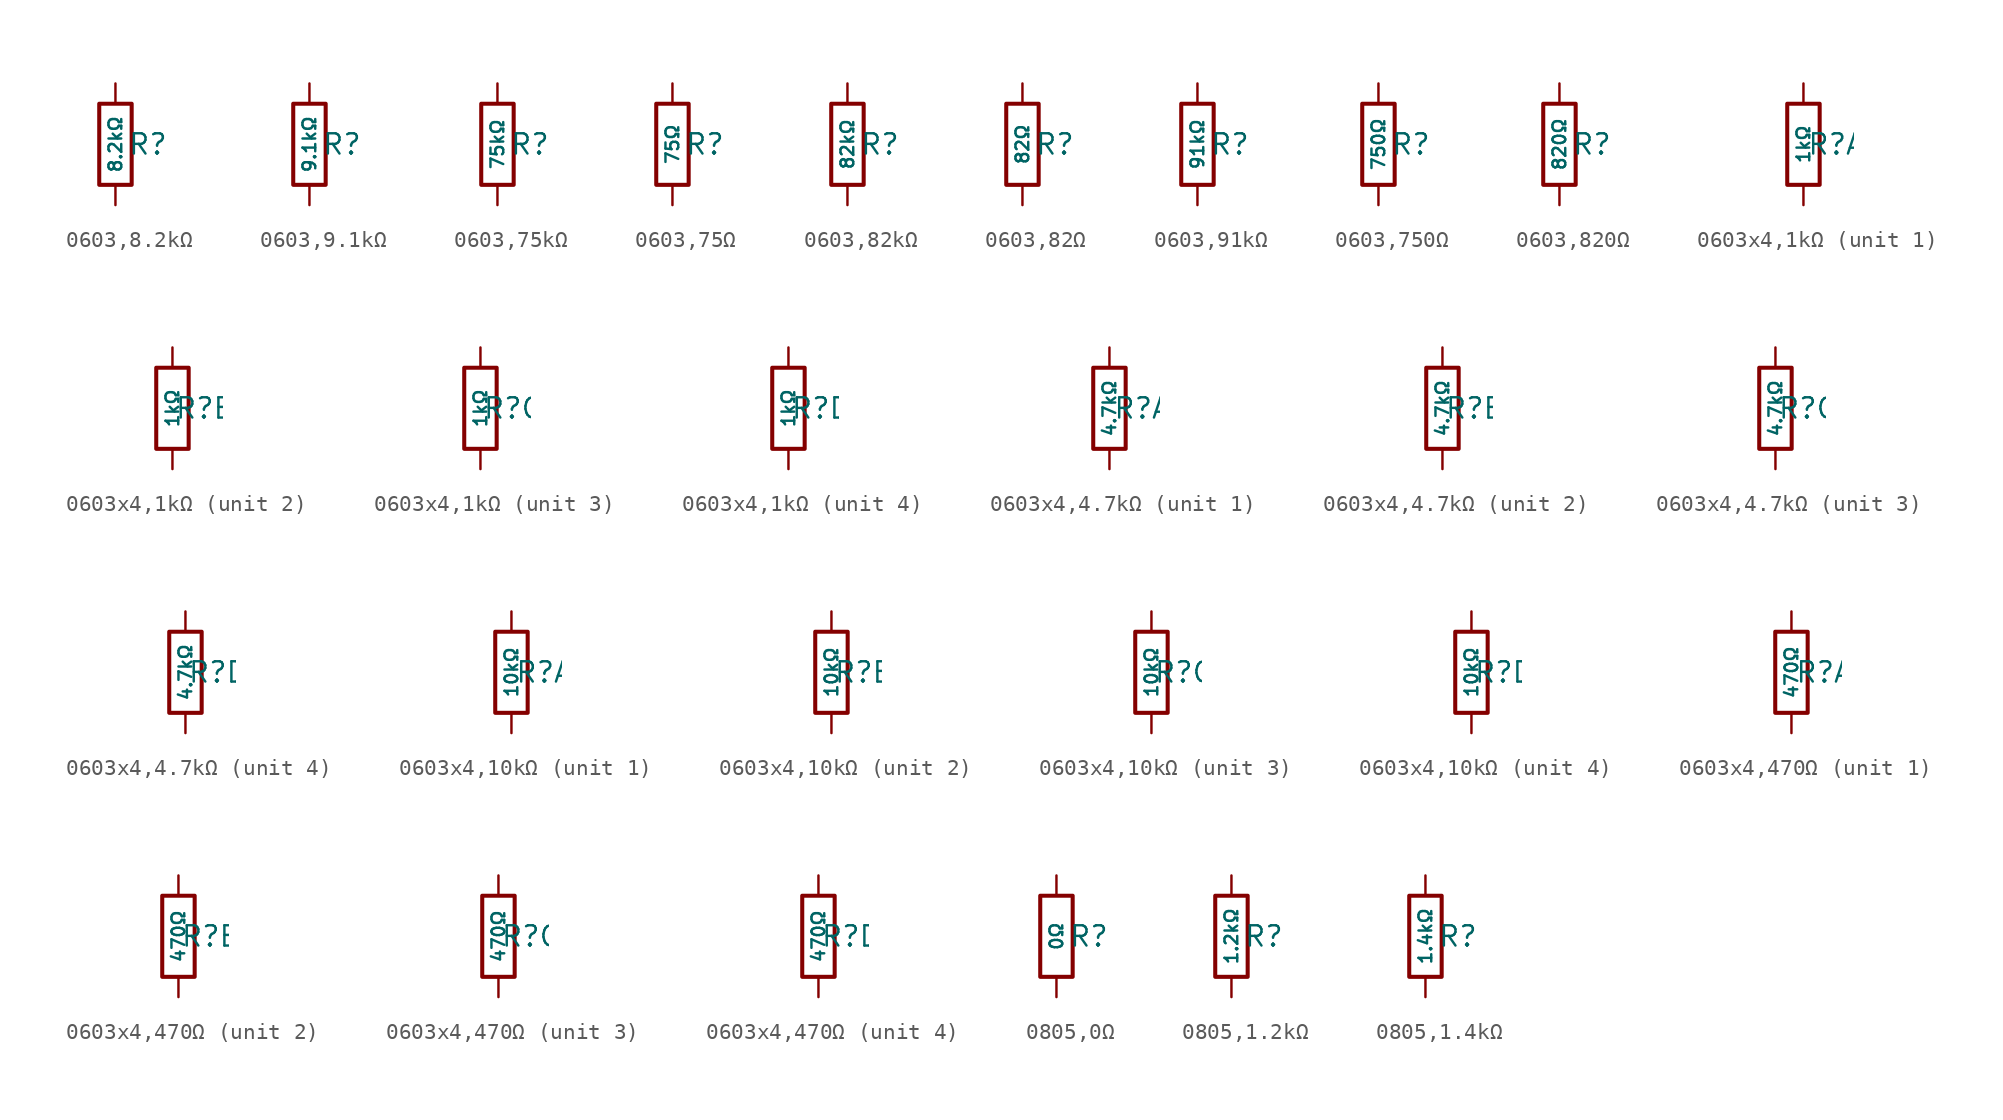
<source format=kicad_sym>
(kicad_symbol_lib
  (version 20231120)
  (generator "CDFER")
  (generator_version "8.0")
  (symbol "0603,8.2kΩ"
    (pin_numbers hide)
    (pin_names
      (offset 0))
    (property "Reference" "R"
      (at 2.032 0 0)
      (effects (font (size 1.27 1.27)) (hide no)))
    (property "Value" "8.2kΩ"
      (at 0 0 90)
      (do_not_autoplace)
      (effects (font (size 0.8 0.8)) (hide no)))
    (symbol "0603,8.2kΩ_0_1"
      (rectangle (start -1.016 2.54) (end 1.016 -2.54) (stroke (width 0.254) (type default)) (fill (type none))))
    (symbol "0603,8.2kΩ_1_1"
      (pin passive line (at 0 3.81 270) (length 1.27) (name "~" (effects (font (size 1.27 1.27)))) (number "1" (effects (font (size 1.27 1.27)))))
      (pin passive line (at 0 -3.81 90) (length 1.27) (name "~" (effects (font (size 1.27 1.27)))) (number "2" (effects (font (size 1.27 1.27)))))))
  (symbol "0603,9.1kΩ"
    (pin_numbers hide)
    (pin_names
      (offset 0))
    (property "Reference" "R"
      (at 2.032 0 0)
      (effects (font (size 1.27 1.27)) (hide no)))
    (property "Value" "9.1kΩ"
      (at 0 0 90)
      (do_not_autoplace)
      (effects (font (size 0.8 0.8)) (hide no)))
    (symbol "0603,9.1kΩ_0_1"
      (rectangle (start -1.016 2.54) (end 1.016 -2.54) (stroke (width 0.254) (type default)) (fill (type none))))
    (symbol "0603,9.1kΩ_1_1"
      (pin passive line (at 0 3.81 270) (length 1.27) (name "~" (effects (font (size 1.27 1.27)))) (number "1" (effects (font (size 1.27 1.27)))))
      (pin passive line (at 0 -3.81 90) (length 1.27) (name "~" (effects (font (size 1.27 1.27)))) (number "2" (effects (font (size 1.27 1.27)))))))
  (symbol "0603,75kΩ"
    (pin_numbers hide)
    (pin_names
      (offset 0))
    (property "Reference" "R"
      (at 2.032 0 0)
      (effects (font (size 1.27 1.27)) (hide no)))
    (property "Value" "75kΩ"
      (at 0 0 90)
      (do_not_autoplace)
      (effects (font (size 0.8 0.8)) (hide no)))
    (symbol "0603,75kΩ_0_1"
      (rectangle (start -1.016 2.54) (end 1.016 -2.54) (stroke (width 0.254) (type default)) (fill (type none))))
    (symbol "0603,75kΩ_1_1"
      (pin passive line (at 0 3.81 270) (length 1.27) (name "~" (effects (font (size 1.27 1.27)))) (number "1" (effects (font (size 1.27 1.27)))))
      (pin passive line (at 0 -3.81 90) (length 1.27) (name "~" (effects (font (size 1.27 1.27)))) (number "2" (effects (font (size 1.27 1.27)))))))
  (symbol "0603,75Ω"
    (pin_numbers hide)
    (pin_names
      (offset 0))
    (property "Reference" "R"
      (at 2.032 0 0)
      (effects (font (size 1.27 1.27)) (hide no)))
    (property "Value" "75Ω"
      (at 0 0 90)
      (do_not_autoplace)
      (effects (font (size 0.8 0.8)) (hide no)))
    (symbol "0603,75Ω_0_1"
      (rectangle (start -1.016 2.54) (end 1.016 -2.54) (stroke (width 0.254) (type default)) (fill (type none))))
    (symbol "0603,75Ω_1_1"
      (pin passive line (at 0 3.81 270) (length 1.27) (name "~" (effects (font (size 1.27 1.27)))) (number "1" (effects (font (size 1.27 1.27)))))
      (pin passive line (at 0 -3.81 90) (length 1.27) (name "~" (effects (font (size 1.27 1.27)))) (number "2" (effects (font (size 1.27 1.27)))))))
  (symbol "0603,82kΩ"
    (pin_numbers hide)
    (pin_names
      (offset 0))
    (property "Reference" "R"
      (at 2.032 0 0)
      (effects (font (size 1.27 1.27)) (hide no)))
    (property "Value" "82kΩ"
      (at 0 0 90)
      (do_not_autoplace)
      (effects (font (size 0.8 0.8)) (hide no)))
    (symbol "0603,82kΩ_0_1"
      (rectangle (start -1.016 2.54) (end 1.016 -2.54) (stroke (width 0.254) (type default)) (fill (type none))))
    (symbol "0603,82kΩ_1_1"
      (pin passive line (at 0 3.81 270) (length 1.27) (name "~" (effects (font (size 1.27 1.27)))) (number "1" (effects (font (size 1.27 1.27)))))
      (pin passive line (at 0 -3.81 90) (length 1.27) (name "~" (effects (font (size 1.27 1.27)))) (number "2" (effects (font (size 1.27 1.27)))))))
  (symbol "0603,82Ω"
    (pin_numbers hide)
    (pin_names
      (offset 0))
    (property "Reference" "R"
      (at 2.032 0 0)
      (effects (font (size 1.27 1.27)) (hide no)))
    (property "Value" "82Ω"
      (at 0 0 90)
      (do_not_autoplace)
      (effects (font (size 0.8 0.8)) (hide no)))
    (symbol "0603,82Ω_0_1"
      (rectangle (start -1.016 2.54) (end 1.016 -2.54) (stroke (width 0.254) (type default)) (fill (type none))))
    (symbol "0603,82Ω_1_1"
      (pin passive line (at 0 3.81 270) (length 1.27) (name "~" (effects (font (size 1.27 1.27)))) (number "1" (effects (font (size 1.27 1.27)))))
      (pin passive line (at 0 -3.81 90) (length 1.27) (name "~" (effects (font (size 1.27 1.27)))) (number "2" (effects (font (size 1.27 1.27)))))))
  (symbol "0603,91kΩ"
    (pin_numbers hide)
    (pin_names
      (offset 0))
    (property "Reference" "R"
      (at 2.032 0 0)
      (effects (font (size 1.27 1.27)) (hide no)))
    (property "Value" "91kΩ"
      (at 0 0 90)
      (do_not_autoplace)
      (effects (font (size 0.8 0.8)) (hide no)))
    (symbol "0603,91kΩ_0_1"
      (rectangle (start -1.016 2.54) (end 1.016 -2.54) (stroke (width 0.254) (type default)) (fill (type none))))
    (symbol "0603,91kΩ_1_1"
      (pin passive line (at 0 3.81 270) (length 1.27) (name "~" (effects (font (size 1.27 1.27)))) (number "1" (effects (font (size 1.27 1.27)))))
      (pin passive line (at 0 -3.81 90) (length 1.27) (name "~" (effects (font (size 1.27 1.27)))) (number "2" (effects (font (size 1.27 1.27)))))))
  (symbol "0603,750Ω"
    (pin_numbers hide)
    (pin_names
      (offset 0))
    (property "Reference" "R"
      (at 2.032 0 0)
      (effects (font (size 1.27 1.27)) (hide no)))
    (property "Value" "750Ω"
      (at 0 0 90)
      (do_not_autoplace)
      (effects (font (size 0.8 0.8)) (hide no)))
    (symbol "0603,750Ω_0_1"
      (rectangle (start -1.016 2.54) (end 1.016 -2.54) (stroke (width 0.254) (type default)) (fill (type none))))
    (symbol "0603,750Ω_1_1"
      (pin passive line (at 0 3.81 270) (length 1.27) (name "~" (effects (font (size 1.27 1.27)))) (number "1" (effects (font (size 1.27 1.27)))))
      (pin passive line (at 0 -3.81 90) (length 1.27) (name "~" (effects (font (size 1.27 1.27)))) (number "2" (effects (font (size 1.27 1.27)))))))
  (symbol "0603,820Ω"
    (pin_numbers hide)
    (pin_names
      (offset 0))
    (property "Reference" "R"
      (at 2.032 0 0)
      (effects (font (size 1.27 1.27)) (hide no)))
    (property "Value" "820Ω"
      (at 0 0 90)
      (do_not_autoplace)
      (effects (font (size 0.8 0.8)) (hide no)))
    (symbol "0603,820Ω_0_1"
      (rectangle (start -1.016 2.54) (end 1.016 -2.54) (stroke (width 0.254) (type default)) (fill (type none))))
    (symbol "0603,820Ω_1_1"
      (pin passive line (at 0 3.81 270) (length 1.27) (name "~" (effects (font (size 1.27 1.27)))) (number "1" (effects (font (size 1.27 1.27)))))
      (pin passive line (at 0 -3.81 90) (length 1.27) (name "~" (effects (font (size 1.27 1.27)))) (number "2" (effects (font (size 1.27 1.27)))))))
  (symbol "0603x4,1kΩ"
    (pin_numbers hide)
    (pin_names
      (offset 0))
    (property "Reference" "R"
      (at 2.032 0 0)
      (effects (font (size 1.27 1.27)) (hide no)))
    (property "Value" "1kΩ"
      (at 0 0 90)
      (do_not_autoplace)
      (effects (font (size 0.8 0.8)) (hide no)))
    (symbol "0603x4,1kΩ_0_1"
      (rectangle (start -1.016 2.54) (end 1.016 -2.54) (stroke (width 0.254) (type default)) (fill (type none))))
    (symbol "0603x4,1kΩ_1_1"
      (pin passive line (at 0 3.81 270) (length 1.27) (name "~" (effects (font (size 1.27 1.27)))) (number "1" (effects (font (size 1.27 1.27)))))
      (pin passive line (at 0 -3.81 90) (length 1.27) (name "~" (effects (font (size 1.27 1.27)))) (number "8" (effects (font (size 1.27 1.27))))))
    (symbol "0603x4,1kΩ_2_1"
      (pin passive line (at 0 3.81 270) (length 1.27) (name "~" (effects (font (size 1.27 1.27)))) (number "2" (effects (font (size 1.27 1.27)))))
      (pin passive line (at 0 -3.81 90) (length 1.27) (name "~" (effects (font (size 1.27 1.27)))) (number "7" (effects (font (size 1.27 1.27))))))
    (symbol "0603x4,1kΩ_3_1"
      (pin passive line (at 0 3.81 270) (length 1.27) (name "~" (effects (font (size 1.27 1.27)))) (number "3" (effects (font (size 1.27 1.27)))))
      (pin passive line (at 0 -3.81 90) (length 1.27) (name "~" (effects (font (size 1.27 1.27)))) (number "6" (effects (font (size 1.27 1.27))))))
    (symbol "0603x4,1kΩ_4_1"
      (pin passive line (at 0 3.81 270) (length 1.27) (name "~" (effects (font (size 1.27 1.27)))) (number "4" (effects (font (size 1.27 1.27)))))
      (pin passive line (at 0 -3.81 90) (length 1.27) (name "~" (effects (font (size 1.27 1.27)))) (number "5" (effects (font (size 1.27 1.27)))))))
  (symbol "0603x4,4.7kΩ"
    (pin_numbers hide)
    (pin_names
      (offset 0))
    (property "Reference" "R"
      (at 2.032 0 0)
      (effects (font (size 1.27 1.27)) (hide no)))
    (property "Value" "4.7kΩ"
      (at 0 0 90)
      (do_not_autoplace)
      (effects (font (size 0.8 0.8)) (hide no)))
    (symbol "0603x4,4.7kΩ_0_1"
      (rectangle (start -1.016 2.54) (end 1.016 -2.54) (stroke (width 0.254) (type default)) (fill (type none))))
    (symbol "0603x4,4.7kΩ_1_1"
      (pin passive line (at 0 3.81 270) (length 1.27) (name "~" (effects (font (size 1.27 1.27)))) (number "1" (effects (font (size 1.27 1.27)))))
      (pin passive line (at 0 -3.81 90) (length 1.27) (name "~" (effects (font (size 1.27 1.27)))) (number "8" (effects (font (size 1.27 1.27))))))
    (symbol "0603x4,4.7kΩ_2_1"
      (pin passive line (at 0 3.81 270) (length 1.27) (name "~" (effects (font (size 1.27 1.27)))) (number "2" (effects (font (size 1.27 1.27)))))
      (pin passive line (at 0 -3.81 90) (length 1.27) (name "~" (effects (font (size 1.27 1.27)))) (number "7" (effects (font (size 1.27 1.27))))))
    (symbol "0603x4,4.7kΩ_3_1"
      (pin passive line (at 0 3.81 270) (length 1.27) (name "~" (effects (font (size 1.27 1.27)))) (number "3" (effects (font (size 1.27 1.27)))))
      (pin passive line (at 0 -3.81 90) (length 1.27) (name "~" (effects (font (size 1.27 1.27)))) (number "6" (effects (font (size 1.27 1.27))))))
    (symbol "0603x4,4.7kΩ_4_1"
      (pin passive line (at 0 3.81 270) (length 1.27) (name "~" (effects (font (size 1.27 1.27)))) (number "4" (effects (font (size 1.27 1.27)))))
      (pin passive line (at 0 -3.81 90) (length 1.27) (name "~" (effects (font (size 1.27 1.27)))) (number "5" (effects (font (size 1.27 1.27)))))))
  (symbol "0603x4,10kΩ"
    (pin_numbers hide)
    (pin_names
      (offset 0))
    (property "Reference" "R"
      (at 2.032 0 0)
      (effects (font (size 1.27 1.27)) (hide no)))
    (property "Value" "10kΩ"
      (at 0 0 90)
      (do_not_autoplace)
      (effects (font (size 0.8 0.8)) (hide no)))
    (symbol "0603x4,10kΩ_0_1"
      (rectangle (start -1.016 2.54) (end 1.016 -2.54) (stroke (width 0.254) (type default)) (fill (type none))))
    (symbol "0603x4,10kΩ_1_1"
      (pin passive line (at 0 3.81 270) (length 1.27) (name "~" (effects (font (size 1.27 1.27)))) (number "1" (effects (font (size 1.27 1.27)))))
      (pin passive line (at 0 -3.81 90) (length 1.27) (name "~" (effects (font (size 1.27 1.27)))) (number "8" (effects (font (size 1.27 1.27))))))
    (symbol "0603x4,10kΩ_2_1"
      (pin passive line (at 0 3.81 270) (length 1.27) (name "~" (effects (font (size 1.27 1.27)))) (number "2" (effects (font (size 1.27 1.27)))))
      (pin passive line (at 0 -3.81 90) (length 1.27) (name "~" (effects (font (size 1.27 1.27)))) (number "7" (effects (font (size 1.27 1.27))))))
    (symbol "0603x4,10kΩ_3_1"
      (pin passive line (at 0 3.81 270) (length 1.27) (name "~" (effects (font (size 1.27 1.27)))) (number "3" (effects (font (size 1.27 1.27)))))
      (pin passive line (at 0 -3.81 90) (length 1.27) (name "~" (effects (font (size 1.27 1.27)))) (number "6" (effects (font (size 1.27 1.27))))))
    (symbol "0603x4,10kΩ_4_1"
      (pin passive line (at 0 3.81 270) (length 1.27) (name "~" (effects (font (size 1.27 1.27)))) (number "4" (effects (font (size 1.27 1.27)))))
      (pin passive line (at 0 -3.81 90) (length 1.27) (name "~" (effects (font (size 1.27 1.27)))) (number "5" (effects (font (size 1.27 1.27)))))))
  (symbol "0603x4,470Ω"
    (pin_numbers hide)
    (pin_names
      (offset 0))
    (property "Reference" "R"
      (at 2.032 0 0)
      (effects (font (size 1.27 1.27)) (hide no)))
    (property "Value" "470Ω"
      (at 0 0 90)
      (do_not_autoplace)
      (effects (font (size 0.8 0.8)) (hide no)))
    (symbol "0603x4,470Ω_0_1"
      (rectangle (start -1.016 2.54) (end 1.016 -2.54) (stroke (width 0.254) (type default)) (fill (type none))))
    (symbol "0603x4,470Ω_1_1"
      (pin passive line (at 0 3.81 270) (length 1.27) (name "~" (effects (font (size 1.27 1.27)))) (number "1" (effects (font (size 1.27 1.27)))))
      (pin passive line (at 0 -3.81 90) (length 1.27) (name "~" (effects (font (size 1.27 1.27)))) (number "8" (effects (font (size 1.27 1.27))))))
    (symbol "0603x4,470Ω_2_1"
      (pin passive line (at 0 3.81 270) (length 1.27) (name "~" (effects (font (size 1.27 1.27)))) (number "2" (effects (font (size 1.27 1.27)))))
      (pin passive line (at 0 -3.81 90) (length 1.27) (name "~" (effects (font (size 1.27 1.27)))) (number "7" (effects (font (size 1.27 1.27))))))
    (symbol "0603x4,470Ω_3_1"
      (pin passive line (at 0 3.81 270) (length 1.27) (name "~" (effects (font (size 1.27 1.27)))) (number "3" (effects (font (size 1.27 1.27)))))
      (pin passive line (at 0 -3.81 90) (length 1.27) (name "~" (effects (font (size 1.27 1.27)))) (number "6" (effects (font (size 1.27 1.27))))))
    (symbol "0603x4,470Ω_4_1"
      (pin passive line (at 0 3.81 270) (length 1.27) (name "~" (effects (font (size 1.27 1.27)))) (number "4" (effects (font (size 1.27 1.27)))))
      (pin passive line (at 0 -3.81 90) (length 1.27) (name "~" (effects (font (size 1.27 1.27)))) (number "5" (effects (font (size 1.27 1.27)))))))
  (symbol "0805,0Ω"
    (pin_numbers hide)
    (pin_names
      (offset 0))
    (property "Reference" "R"
      (at 2.032 0 0)
      (effects (font (size 1.27 1.27)) (hide no)))
    (property "Value" "0Ω"
      (at 0 0 90)
      (do_not_autoplace)
      (effects (font (size 0.8 0.8)) (hide no)))
    (symbol "0805,0Ω_0_1"
      (rectangle (start -1.016 2.54) (end 1.016 -2.54) (stroke (width 0.254) (type default)) (fill (type none))))
    (symbol "0805,0Ω_1_1"
      (pin passive line (at 0 3.81 270) (length 1.27) (name "~" (effects (font (size 1.27 1.27)))) (number "1" (effects (font (size 1.27 1.27)))))
      (pin passive line (at 0 -3.81 90) (length 1.27) (name "~" (effects (font (size 1.27 1.27)))) (number "2" (effects (font (size 1.27 1.27)))))))
  (symbol "0805,1.2kΩ"
    (pin_numbers hide)
    (pin_names
      (offset 0))
    (property "Reference" "R"
      (at 2.032 0 0)
      (effects (font (size 1.27 1.27)) (hide no)))
    (property "Value" "1.2kΩ"
      (at 0 0 90)
      (do_not_autoplace)
      (effects (font (size 0.8 0.8)) (hide no)))
    (symbol "0805,1.2kΩ_0_1"
      (rectangle (start -1.016 2.54) (end 1.016 -2.54) (stroke (width 0.254) (type default)) (fill (type none))))
    (symbol "0805,1.2kΩ_1_1"
      (pin passive line (at 0 3.81 270) (length 1.27) (name "~" (effects (font (size 1.27 1.27)))) (number "1" (effects (font (size 1.27 1.27)))))
      (pin passive line (at 0 -3.81 90) (length 1.27) (name "~" (effects (font (size 1.27 1.27)))) (number "2" (effects (font (size 1.27 1.27)))))))
  (symbol "0805,1.4kΩ"
    (pin_numbers hide)
    (pin_names
      (offset 0))
    (property "Reference" "R"
      (at 2.032 0 0)
      (effects (font (size 1.27 1.27)) (hide no)))
    (property "Value" "1.4kΩ"
      (at 0 0 90)
      (do_not_autoplace)
      (effects (font (size 0.8 0.8)) (hide no)))
    (symbol "0805,1.4kΩ_0_1"
      (rectangle (start -1.016 2.54) (end 1.016 -2.54) (stroke (width 0.254) (type default)) (fill (type none))))
    (symbol "0805,1.4kΩ_1_1"
      (pin passive line (at 0 3.81 270) (length 1.27) (name "~" (effects (font (size 1.27 1.27)))) (number "1" (effects (font (size 1.27 1.27)))))
      (pin passive line (at 0 -3.81 90) (length 1.27) (name "~" (effects (font (size 1.27 1.27)))) (number "2" (effects (font (size 1.27 1.27))))))))
</source>
